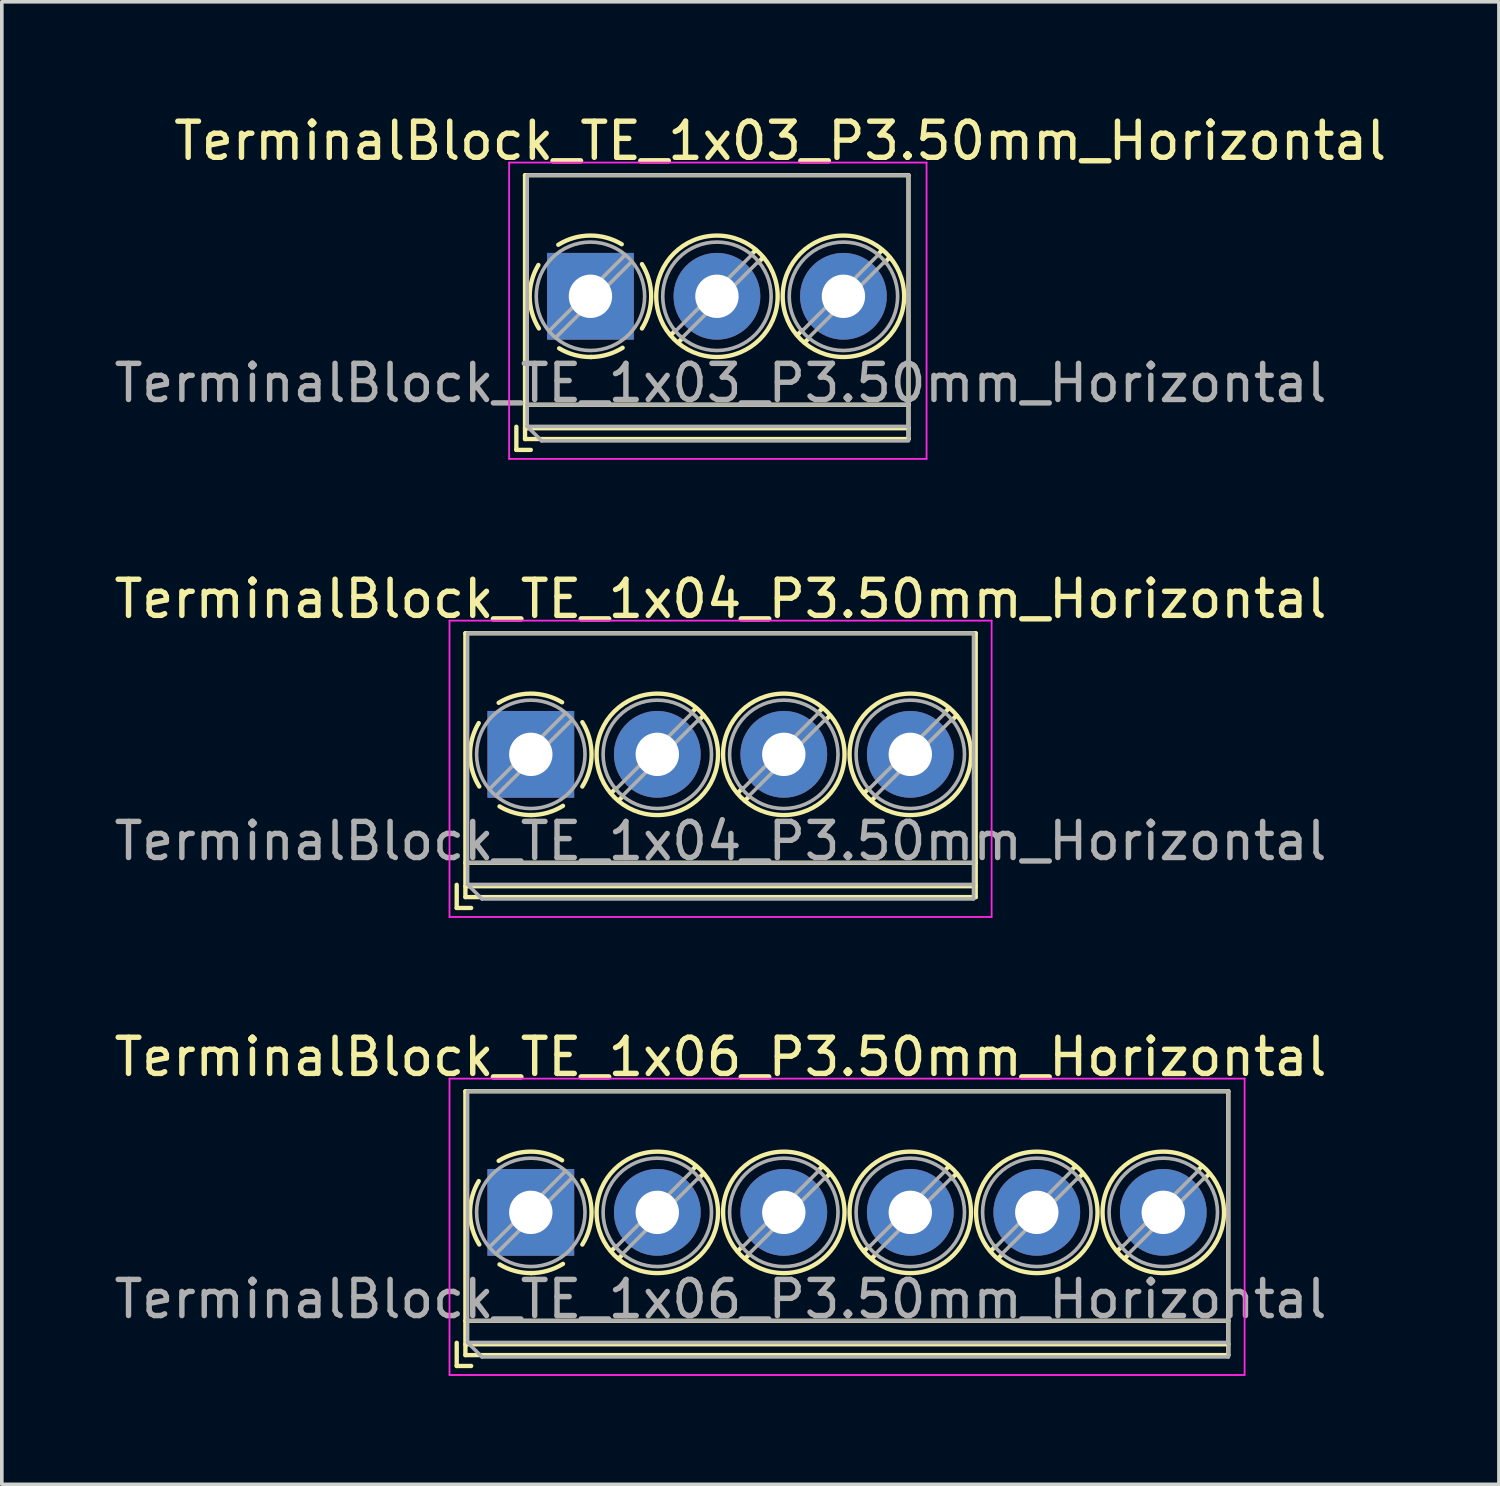
<source format=kicad_pcb>
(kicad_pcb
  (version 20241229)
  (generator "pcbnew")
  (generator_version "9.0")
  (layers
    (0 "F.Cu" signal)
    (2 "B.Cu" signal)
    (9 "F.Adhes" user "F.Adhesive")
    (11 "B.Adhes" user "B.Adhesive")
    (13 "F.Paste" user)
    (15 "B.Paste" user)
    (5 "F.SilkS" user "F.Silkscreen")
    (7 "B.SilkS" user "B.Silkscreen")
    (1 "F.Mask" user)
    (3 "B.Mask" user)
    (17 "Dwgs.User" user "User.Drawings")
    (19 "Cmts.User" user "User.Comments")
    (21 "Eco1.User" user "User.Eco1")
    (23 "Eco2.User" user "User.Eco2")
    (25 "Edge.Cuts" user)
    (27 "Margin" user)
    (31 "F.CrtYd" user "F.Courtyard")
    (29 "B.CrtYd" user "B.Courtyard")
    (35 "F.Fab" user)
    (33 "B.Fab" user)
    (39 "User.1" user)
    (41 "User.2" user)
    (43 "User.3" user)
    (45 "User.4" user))
  (footprint "TerminalBlock_TE_1x04_P3.50mm_Horizontal"
    (layer "F.Cu")
    (at 11.637 17.822)
    (property "Reference" "TerminalBlock_TE_1x04_P3.50mm_Horizontal" (at 5.25 -4.3 0) (layer "F.SilkS") (effects (font (size 1 1) (thickness 0.15))))
    (attr through_hole)
    (fp_line (start -2.05 3.61) (end -2.05 4.25) (stroke (width 0.12) (type solid)) (layer "F.SilkS"))
    (fp_line (start -2.05 4.25) (end -1.65 4.25) (stroke (width 0.12) (type solid)) (layer "F.SilkS"))
    (fp_line (start -1.81 -3.35) (end -1.81 3.95) (stroke (width 0.12) (type solid)) (layer "F.SilkS"))
    (fp_line (start -1.81 -3.35) (end 12.31 -3.35) (stroke (width 0.12) (type solid)) (layer "F.SilkS"))
    (fp_line (start -1.81 3) (end 12.31 3) (stroke (width 0.12) (type solid)) (layer "F.SilkS"))
    (fp_line (start -1.81 3.65) (end 12.31 3.65) (stroke (width 0.12) (type solid)) (layer "F.SilkS"))
    (fp_line (start -1.81 3.95) (end 12.31 3.95) (stroke (width 0.12) (type solid)) (layer "F.SilkS"))
    (fp_line (start 2.355 0.941) (end 2.226 1.069) (stroke (width 0.12) (type solid)) (layer "F.SilkS"))
    (fp_line (start 2.525 1.181) (end 2.431 1.274) (stroke (width 0.12) (type solid)) (layer "F.SilkS"))
    (fp_line (start 4.57 -1.275) (end 4.476 -1.181) (stroke (width 0.12) (type solid)) (layer "F.SilkS"))
    (fp_line (start 4.775 -1.069) (end 4.646 -0.941) (stroke (width 0.12) (type solid)) (layer "F.SilkS"))
    (fp_line (start 5.855 0.941) (end 5.726 1.069) (stroke (width 0.12) (type solid)) (layer "F.SilkS"))
    (fp_line (start 6.025 1.181) (end 5.931 1.274) (stroke (width 0.12) (type solid)) (layer "F.SilkS"))
    (fp_line (start 8.07 -1.275) (end 7.976 -1.181) (stroke (width 0.12) (type solid)) (layer "F.SilkS"))
    (fp_line (start 8.275 -1.069) (end 8.146 -0.941) (stroke (width 0.12) (type solid)) (layer "F.SilkS"))
    (fp_line (start 9.355 0.941) (end 9.226 1.069) (stroke (width 0.12) (type solid)) (layer "F.SilkS"))
    (fp_line (start 9.525 1.181) (end 9.431 1.274) (stroke (width 0.12) (type solid)) (layer "F.SilkS"))
    (fp_line (start 11.57 -1.275) (end 11.476 -1.181) (stroke (width 0.12) (type solid)) (layer "F.SilkS"))
    (fp_line (start 11.775 -1.069) (end 11.646 -0.941) (stroke (width 0.12) (type solid)) (layer "F.SilkS"))
    (fp_line (start 12.31 -3.35) (end 12.31 3.95) (stroke (width 0.12) (type solid)) (layer "F.SilkS"))
    (fp_arc (start -1.425358 0.889894) (mid -1.680286 0.014012) (end -1.44 -0.866) (stroke (width 0.12) (type solid)) (layer "F.SilkS"))
    (fp_arc (start -0.889894 -1.425358) (mid -0.014012 -1.680286) (end 0.866 -1.44) (stroke (width 0.12) (type solid)) (layer "F.SilkS"))
    (fp_arc (start 0.028674 1.680099) (mid -0.435535 1.622918) (end -0.866 1.44) (stroke (width 0.12) (type solid)) (layer "F.SilkS"))
    (fp_arc (start 0.890264 1.424721) (mid 0.463071 1.61492) (end 0 1.68) (stroke (width 0.12) (type solid)) (layer "F.SilkS"))
    (fp_arc (start 1.425504 -0.890193) (mid 1.680626 0.000476) (end 1.425 0.891) (stroke (width 0.12) (type solid)) (layer "F.SilkS"))
    (fp_circle (center 3.5 0) (end 5.18 0) (stroke (width 0.12) (type solid)) (fill no) (layer "F.SilkS"))
    (fp_circle (center 7 0) (end 8.68 0) (stroke (width 0.12) (type solid)) (fill no) (layer "F.SilkS"))
    (fp_circle (center 10.5 0) (end 12.18 0) (stroke (width 0.12) (type solid)) (fill no) (layer "F.SilkS"))
    (fp_line (start -2.25 -3.7) (end -2.25 4.5) (stroke (width 0.05) (type solid)) (layer "F.CrtYd"))
    (fp_line (start -2.25 4.5) (end 12.75 4.5) (stroke (width 0.05) (type solid)) (layer "F.CrtYd"))
    (fp_line (start 12.75 -3.7) (end -2.25 -3.7) (stroke (width 0.05) (type solid)) (layer "F.CrtYd"))
    (fp_line (start 12.75 4.5) (end 12.75 -3.7) (stroke (width 0.05) (type solid)) (layer "F.CrtYd"))
    (fp_line (start -1.75 -3.35) (end 12.25 -3.35) (stroke (width 0.1) (type solid)) (layer "F.Fab"))
    (fp_line (start -1.75 3) (end 12.25 3) (stroke (width 0.1) (type solid)) (layer "F.Fab"))
    (fp_line (start -1.75 3.6) (end -1.75 -3.3) (stroke (width 0.1) (type solid)) (layer "F.Fab"))
    (fp_line (start -1.75 3.6) (end 12.25 3.6) (stroke (width 0.1) (type solid)) (layer "F.Fab"))
    (fp_line (start -1.35 4) (end -1.75 3.6) (stroke (width 0.1) (type solid)) (layer "F.Fab"))
    (fp_line (start 0.955 -1.138) (end -1.138 0.955) (stroke (width 0.1) (type solid)) (layer "F.Fab"))
    (fp_line (start 1.138 -0.955) (end -0.955 1.138) (stroke (width 0.1) (type solid)) (layer "F.Fab"))
    (fp_line (start 4.455 -1.138) (end 2.363 0.955) (stroke (width 0.1) (type solid)) (layer "F.Fab"))
    (fp_line (start 4.638 -0.955) (end 2.546 1.138) (stroke (width 0.1) (type solid)) (layer "F.Fab"))
    (fp_line (start 7.955 -1.138) (end 5.863 0.955) (stroke (width 0.1) (type solid)) (layer "F.Fab"))
    (fp_line (start 8.138 -0.955) (end 6.046 1.138) (stroke (width 0.1) (type solid)) (layer "F.Fab"))
    (fp_line (start 11.455 -1.138) (end 9.363 0.955) (stroke (width 0.1) (type solid)) (layer "F.Fab"))
    (fp_line (start 11.638 -0.955) (end 9.546 1.138) (stroke (width 0.1) (type solid)) (layer "F.Fab"))
    (fp_line (start 12.25 -3.3) (end 12.25 4) (stroke (width 0.1) (type solid)) (layer "F.Fab"))
    (fp_line (start 12.25 4) (end -1.35 4) (stroke (width 0.1) (type solid)) (layer "F.Fab"))
    (fp_circle (center 0 0) (end 1.5 0) (stroke (width 0.1) (type solid)) (fill no) (layer "F.Fab"))
    (fp_circle (center 3.5 0) (end 5 0) (stroke (width 0.1) (type solid)) (fill no) (layer "F.Fab"))
    (fp_circle (center 7 0) (end 8.5 0) (stroke (width 0.1) (type solid)) (fill no) (layer "F.Fab"))
    (fp_circle (center 10.5 0) (end 12 0) (stroke (width 0.1) (type solid)) (fill no) (layer "F.Fab"))
    (fp_text user "${REFERENCE}" (at 5.25 2.4 0) (layer "F.Fab") (effects (font (size 1 1) (thickness 0.15))))
    (pad "1" thru_hole rect (at 0 0) (size 2.4 2.4) (drill 1.2) (layers "*.Cu" "*.Mask"))
    (pad "2" thru_hole circle (at 3.5 0) (size 2.4 2.4) (drill 1.2) (layers "*.Cu" "*.Mask"))
    (pad "3" thru_hole circle (at 7 0) (size 2.4 2.4) (drill 1.2) (layers "*.Cu" "*.Mask"))
    (pad "4" thru_hole circle (at 10.5 0) (size 2.4 2.4) (drill 1.2) (layers "*.Cu" "*.Mask")))
  (footprint "TerminalBlock_TE_1x03_P3.50mm_Horizontal"
    (layer "F.Cu")
    (at 13.287 5.148)
    (property "Reference" "TerminalBlock_TE_1x03_P3.50mm_Horizontal" (at 5.25 -4.3 0) (layer "F.SilkS") (effects (font (size 1 1) (thickness 0.15))))
    (attr through_hole)
    (fp_line (start -2.05 3.61) (end -2.05 4.25) (stroke (width 0.12) (type solid)) (layer "F.SilkS"))
    (fp_line (start -2.05 4.25) (end -1.65 4.25) (stroke (width 0.12) (type solid)) (layer "F.SilkS"))
    (fp_line (start -1.81 -3.35) (end -1.81 3.95) (stroke (width 0.12) (type solid)) (layer "F.SilkS"))
    (fp_line (start -1.81 -3.35) (end 8.8 -3.35) (stroke (width 0.12) (type solid)) (layer "F.SilkS"))
    (fp_line (start -1.81 3) (end 8.8 3) (stroke (width 0.12) (type solid)) (layer "F.SilkS"))
    (fp_line (start -1.81 3.65) (end 8.8 3.65) (stroke (width 0.12) (type solid)) (layer "F.SilkS"))
    (fp_line (start -1.81 3.95) (end 8.8 3.95) (stroke (width 0.12) (type solid)) (layer "F.SilkS"))
    (fp_line (start 2.355 0.941) (end 2.226 1.069) (stroke (width 0.12) (type solid)) (layer "F.SilkS"))
    (fp_line (start 2.525 1.181) (end 2.431 1.274) (stroke (width 0.12) (type solid)) (layer "F.SilkS"))
    (fp_line (start 4.57 -1.275) (end 4.476 -1.181) (stroke (width 0.12) (type solid)) (layer "F.SilkS"))
    (fp_line (start 4.775 -1.069) (end 4.646 -0.941) (stroke (width 0.12) (type solid)) (layer "F.SilkS"))
    (fp_line (start 5.855 0.941) (end 5.726 1.069) (stroke (width 0.12) (type solid)) (layer "F.SilkS"))
    (fp_line (start 6.025 1.181) (end 5.931 1.274) (stroke (width 0.12) (type solid)) (layer "F.SilkS"))
    (fp_line (start 8.07 -1.275) (end 7.976 -1.181) (stroke (width 0.12) (type solid)) (layer "F.SilkS"))
    (fp_line (start 8.275 -1.069) (end 8.146 -0.941) (stroke (width 0.12) (type solid)) (layer "F.SilkS"))
    (fp_line (start 8.8 -3.35) (end 8.8 3.95) (stroke (width 0.12) (type solid)) (layer "F.SilkS"))
    (fp_arc (start -1.425358 0.889894) (mid -1.680286 0.014012) (end -1.44 -0.866) (stroke (width 0.12) (type solid)) (layer "F.SilkS"))
    (fp_arc (start -0.889894 -1.425358) (mid -0.014012 -1.680286) (end 0.866 -1.44) (stroke (width 0.12) (type solid)) (layer "F.SilkS"))
    (fp_arc (start 0.028674 1.680099) (mid -0.435535 1.622918) (end -0.866 1.44) (stroke (width 0.12) (type solid)) (layer "F.SilkS"))
    (fp_arc (start 0.890264 1.424721) (mid 0.463071 1.61492) (end 0 1.68) (stroke (width 0.12) (type solid)) (layer "F.SilkS"))
    (fp_arc (start 1.425504 -0.890193) (mid 1.680626 0.000476) (end 1.425 0.891) (stroke (width 0.12) (type solid)) (layer "F.SilkS"))
    (fp_circle (center 3.5 0) (end 5.18 0) (stroke (width 0.12) (type solid)) (fill no) (layer "F.SilkS"))
    (fp_circle (center 7 0) (end 8.68 0) (stroke (width 0.12) (type solid)) (fill no) (layer "F.SilkS"))
    (fp_line (start -2.25 -3.7) (end -2.25 4.5) (stroke (width 0.05) (type solid)) (layer "F.CrtYd"))
    (fp_line (start -2.25 4.5) (end 9.3 4.5) (stroke (width 0.05) (type solid)) (layer "F.CrtYd"))
    (fp_line (start 9.3 -3.7) (end -2.25 -3.7) (stroke (width 0.05) (type solid)) (layer "F.CrtYd"))
    (fp_line (start 9.3 4.5) (end 9.3 -3.7) (stroke (width 0.05) (type solid)) (layer "F.CrtYd"))
    (fp_line (start -1.75 -3.35) (end 8.8 -3.35) (stroke (width 0.1) (type solid)) (layer "F.Fab"))
    (fp_line (start -1.75 3) (end 8.8 3) (stroke (width 0.1) (type solid)) (layer "F.Fab"))
    (fp_line (start -1.75 3.6) (end -1.75 -3.3) (stroke (width 0.1) (type solid)) (layer "F.Fab"))
    (fp_line (start -1.75 3.6) (end 8.8 3.6) (stroke (width 0.1) (type solid)) (layer "F.Fab"))
    (fp_line (start -1.35 4) (end -1.75 3.6) (stroke (width 0.1) (type solid)) (layer "F.Fab"))
    (fp_line (start 0.955 -1.138) (end -1.138 0.955) (stroke (width 0.1) (type solid)) (layer "F.Fab"))
    (fp_line (start 1.138 -0.955) (end -0.955 1.138) (stroke (width 0.1) (type solid)) (layer "F.Fab"))
    (fp_line (start 4.455 -1.138) (end 2.363 0.955) (stroke (width 0.1) (type solid)) (layer "F.Fab"))
    (fp_line (start 4.638 -0.955) (end 2.546 1.138) (stroke (width 0.1) (type solid)) (layer "F.Fab"))
    (fp_line (start 7.955 -1.138) (end 5.863 0.955) (stroke (width 0.1) (type solid)) (layer "F.Fab"))
    (fp_line (start 8.138 -0.955) (end 6.046 1.138) (stroke (width 0.1) (type solid)) (layer "F.Fab"))
    (fp_line (start 8.8 -3.35) (end 8.8 3.95) (stroke (width 0.1) (type solid)) (layer "F.Fab"))
    (fp_line (start 8.8 4) (end -1.35 4) (stroke (width 0.1) (type solid)) (layer "F.Fab"))
    (fp_circle (center 0 0) (end 1.5 0) (stroke (width 0.1) (type solid)) (fill no) (layer "F.Fab"))
    (fp_circle (center 3.5 0) (end 5 0) (stroke (width 0.1) (type solid)) (fill no) (layer "F.Fab"))
    (fp_circle (center 7 0) (end 8.5 0) (stroke (width 0.1) (type solid)) (fill no) (layer "F.Fab"))
    (fp_text user "${REFERENCE}" (at 3.6 2.4 0) (layer "F.Fab") (effects (font (size 1 1) (thickness 0.15))))
    (pad "1" thru_hole rect (at 0 0) (size 2.4 2.4) (drill 1.2) (layers "*.Cu" "*.Mask"))
    (pad "2" thru_hole circle (at 3.5 0) (size 2.4 2.4) (drill 1.2) (layers "*.Cu" "*.Mask"))
    (pad "3" thru_hole circle (at 7 0) (size 2.4 2.4) (drill 1.2) (layers "*.Cu" "*.Mask")))
  (footprint "TerminalBlock_TE_1x06_P3.50mm_Horizontal"
    (layer "F.Cu")
    (at 11.637 30.495)
    (property "Reference" "TerminalBlock_TE_1x06_P3.50mm_Horizontal" (at 5.25 -4.3 0) (layer "F.SilkS") (effects (font (size 1 1) (thickness 0.15))))
    (attr through_hole)
    (fp_line (start -2.05 3.61) (end -2.05 4.25) (stroke (width 0.12) (type solid)) (layer "F.SilkS"))
    (fp_line (start -2.05 4.25) (end -1.65 4.25) (stroke (width 0.12) (type solid)) (layer "F.SilkS"))
    (fp_line (start -1.81 -3.35) (end -1.81 3.95) (stroke (width 0.12) (type solid)) (layer "F.SilkS"))
    (fp_line (start -1.81 -3.35) (end 19.3 -3.35) (stroke (width 0.12) (type solid)) (layer "F.SilkS"))
    (fp_line (start -1.81 3) (end 19.3 3) (stroke (width 0.12) (type solid)) (layer "F.SilkS"))
    (fp_line (start -1.81 3.65) (end 19.3 3.65) (stroke (width 0.12) (type solid)) (layer "F.SilkS"))
    (fp_line (start -1.81 3.95) (end 19.3 3.95) (stroke (width 0.12) (type solid)) (layer "F.SilkS"))
    (fp_line (start 2.355 0.941) (end 2.226 1.069) (stroke (width 0.12) (type solid)) (layer "F.SilkS"))
    (fp_line (start 2.525 1.181) (end 2.431 1.274) (stroke (width 0.12) (type solid)) (layer "F.SilkS"))
    (fp_line (start 4.57 -1.275) (end 4.476 -1.181) (stroke (width 0.12) (type solid)) (layer "F.SilkS"))
    (fp_line (start 4.775 -1.069) (end 4.646 -0.941) (stroke (width 0.12) (type solid)) (layer "F.SilkS"))
    (fp_line (start 5.855 0.941) (end 5.726 1.069) (stroke (width 0.12) (type solid)) (layer "F.SilkS"))
    (fp_line (start 6.025 1.181) (end 5.931 1.274) (stroke (width 0.12) (type solid)) (layer "F.SilkS"))
    (fp_line (start 8.07 -1.275) (end 7.976 -1.181) (stroke (width 0.12) (type solid)) (layer "F.SilkS"))
    (fp_line (start 8.275 -1.069) (end 8.146 -0.941) (stroke (width 0.12) (type solid)) (layer "F.SilkS"))
    (fp_line (start 9.355 0.941) (end 9.226 1.069) (stroke (width 0.12) (type solid)) (layer "F.SilkS"))
    (fp_line (start 9.525 1.181) (end 9.431 1.274) (stroke (width 0.12) (type solid)) (layer "F.SilkS"))
    (fp_line (start 11.57 -1.275) (end 11.476 -1.181) (stroke (width 0.12) (type solid)) (layer "F.SilkS"))
    (fp_line (start 11.775 -1.069) (end 11.646 -0.941) (stroke (width 0.12) (type solid)) (layer "F.SilkS"))
    (fp_line (start 12.855 0.941) (end 12.726 1.069) (stroke (width 0.12) (type solid)) (layer "F.SilkS"))
    (fp_line (start 13.025 1.181) (end 12.931 1.274) (stroke (width 0.12) (type solid)) (layer "F.SilkS"))
    (fp_line (start 15.07 -1.275) (end 14.976 -1.181) (stroke (width 0.12) (type solid)) (layer "F.SilkS"))
    (fp_line (start 15.275 -1.069) (end 15.146 -0.941) (stroke (width 0.12) (type solid)) (layer "F.SilkS"))
    (fp_line (start 16.355 0.941) (end 16.226 1.069) (stroke (width 0.12) (type solid)) (layer "F.SilkS"))
    (fp_line (start 16.525 1.181) (end 16.431 1.274) (stroke (width 0.12) (type solid)) (layer "F.SilkS"))
    (fp_line (start 18.57 -1.275) (end 18.476 -1.181) (stroke (width 0.12) (type solid)) (layer "F.SilkS"))
    (fp_line (start 18.775 -1.069) (end 18.646 -0.941) (stroke (width 0.12) (type solid)) (layer "F.SilkS"))
    (fp_line (start 19.3 -3.35) (end 19.3 3.95) (stroke (width 0.12) (type solid)) (layer "F.SilkS"))
    (fp_arc (start -1.425358 0.889894) (mid -1.680286 0.014012) (end -1.44 -0.866) (stroke (width 0.12) (type solid)) (layer "F.SilkS"))
    (fp_arc (start -0.889894 -1.425358) (mid -0.014012 -1.680286) (end 0.866 -1.44) (stroke (width 0.12) (type solid)) (layer "F.SilkS"))
    (fp_arc (start 0.028674 1.680099) (mid -0.435535 1.622918) (end -0.866 1.44) (stroke (width 0.12) (type solid)) (layer "F.SilkS"))
    (fp_arc (start 0.890264 1.424721) (mid 0.463071 1.61492) (end 0 1.68) (stroke (width 0.12) (type solid)) (layer "F.SilkS"))
    (fp_arc (start 1.425504 -0.890193) (mid 1.680626 0.000476) (end 1.425 0.891) (stroke (width 0.12) (type solid)) (layer "F.SilkS"))
    (fp_circle (center 3.5 0) (end 5.18 0) (stroke (width 0.12) (type solid)) (fill no) (layer "F.SilkS"))
    (fp_circle (center 7 0) (end 8.68 0) (stroke (width 0.12) (type solid)) (fill no) (layer "F.SilkS"))
    (fp_circle (center 10.5 0) (end 12.18 0) (stroke (width 0.12) (type solid)) (fill no) (layer "F.SilkS"))
    (fp_circle (center 14 0) (end 15.68 0) (stroke (width 0.12) (type solid)) (fill no) (layer "F.SilkS"))
    (fp_circle (center 17.5 0) (end 19.18 0) (stroke (width 0.12) (type solid)) (fill no) (layer "F.SilkS"))
    (fp_line (start -2.25 -3.7) (end -2.25 4.5) (stroke (width 0.05) (type solid)) (layer "F.CrtYd"))
    (fp_line (start -2.25 4.5) (end 19.75 4.5) (stroke (width 0.05) (type solid)) (layer "F.CrtYd"))
    (fp_line (start 19.75 -3.7) (end -2.25 -3.7) (stroke (width 0.05) (type solid)) (layer "F.CrtYd"))
    (fp_line (start 19.75 4.5) (end 19.75 -3.7) (stroke (width 0.05) (type solid)) (layer "F.CrtYd"))
    (fp_line (start -1.75 -3.35) (end 19.3 -3.35) (stroke (width 0.1) (type solid)) (layer "F.Fab"))
    (fp_line (start -1.75 3) (end 19.3 3) (stroke (width 0.1) (type solid)) (layer "F.Fab"))
    (fp_line (start -1.75 3.6) (end -1.75 -3.3) (stroke (width 0.1) (type solid)) (layer "F.Fab"))
    (fp_line (start -1.75 3.6) (end 19.3 3.6) (stroke (width 0.1) (type solid)) (layer "F.Fab"))
    (fp_line (start -1.35 4) (end -1.75 3.6) (stroke (width 0.1) (type solid)) (layer "F.Fab"))
    (fp_line (start 0.955 -1.138) (end -1.138 0.955) (stroke (width 0.1) (type solid)) (layer "F.Fab"))
    (fp_line (start 1.138 -0.955) (end -0.955 1.138) (stroke (width 0.1) (type solid)) (layer "F.Fab"))
    (fp_line (start 4.455 -1.138) (end 2.363 0.955) (stroke (width 0.1) (type solid)) (layer "F.Fab"))
    (fp_line (start 4.638 -0.955) (end 2.546 1.138) (stroke (width 0.1) (type solid)) (layer "F.Fab"))
    (fp_line (start 7.955 -1.138) (end 5.863 0.955) (stroke (width 0.1) (type solid)) (layer "F.Fab"))
    (fp_line (start 8.138 -0.955) (end 6.046 1.138) (stroke (width 0.1) (type solid)) (layer "F.Fab"))
    (fp_line (start 11.455 -1.138) (end 9.363 0.955) (stroke (width 0.1) (type solid)) (layer "F.Fab"))
    (fp_line (start 11.638 -0.955) (end 9.546 1.138) (stroke (width 0.1) (type solid)) (layer "F.Fab"))
    (fp_line (start 14.955 -1.138) (end 12.863 0.955) (stroke (width 0.1) (type solid)) (layer "F.Fab"))
    (fp_line (start 15.138 -0.955) (end 13.046 1.138) (stroke (width 0.1) (type solid)) (layer "F.Fab"))
    (fp_line (start 18.455 -1.138) (end 16.363 0.955) (stroke (width 0.1) (type solid)) (layer "F.Fab"))
    (fp_line (start 18.638 -0.955) (end 16.546 1.138) (stroke (width 0.1) (type solid)) (layer "F.Fab"))
    (fp_line (start 19.3 -3.3) (end 19.3 4) (stroke (width 0.1) (type solid)) (layer "F.Fab"))
    (fp_line (start 19.3 4) (end -1.35 4) (stroke (width 0.1) (type solid)) (layer "F.Fab"))
    (fp_circle (center 0 0) (end 1.5 0) (stroke (width 0.1) (type solid)) (fill no) (layer "F.Fab"))
    (fp_circle (center 3.5 0) (end 5 0) (stroke (width 0.1) (type solid)) (fill no) (layer "F.Fab"))
    (fp_circle (center 7 0) (end 8.5 0) (stroke (width 0.1) (type solid)) (fill no) (layer "F.Fab"))
    (fp_circle (center 10.5 0) (end 12 0) (stroke (width 0.1) (type solid)) (fill no) (layer "F.Fab"))
    (fp_circle (center 14 0) (end 15.5 0) (stroke (width 0.1) (type solid)) (fill no) (layer "F.Fab"))
    (fp_circle (center 17.5 0) (end 19 0) (stroke (width 0.1) (type solid)) (fill no) (layer "F.Fab"))
    (fp_text user "${REFERENCE}" (at 5.25 2.4 0) (layer "F.Fab") (effects (font (size 1 1) (thickness 0.15))))
    (pad "1" thru_hole rect (at 0 0) (size 2.4 2.4) (drill 1.2) (layers "*.Cu" "*.Mask"))
    (pad "2" thru_hole circle (at 3.5 0) (size 2.4 2.4) (drill 1.2) (layers "*.Cu" "*.Mask"))
    (pad "3" thru_hole circle (at 7 0) (size 2.4 2.4) (drill 1.2) (layers "*.Cu" "*.Mask"))
    (pad "4" thru_hole circle (at 10.5 0) (size 2.4 2.4) (drill 1.2) (layers "*.Cu" "*.Mask"))
    (pad "5" thru_hole circle (at 14 0) (size 2.4 2.4) (drill 1.2) (layers "*.Cu" "*.Mask"))
    (pad "6" thru_hole circle (at 17.5 0) (size 2.4 2.4) (drill 1.2) (layers "*.Cu" "*.Mask")))
  (gr_rect
    (start -3 -3)
    (end 38.424 38.02)
    (stroke (width 0.1) (type default))
    (fill no)
    (layer "Edge.Cuts")))
</source>
